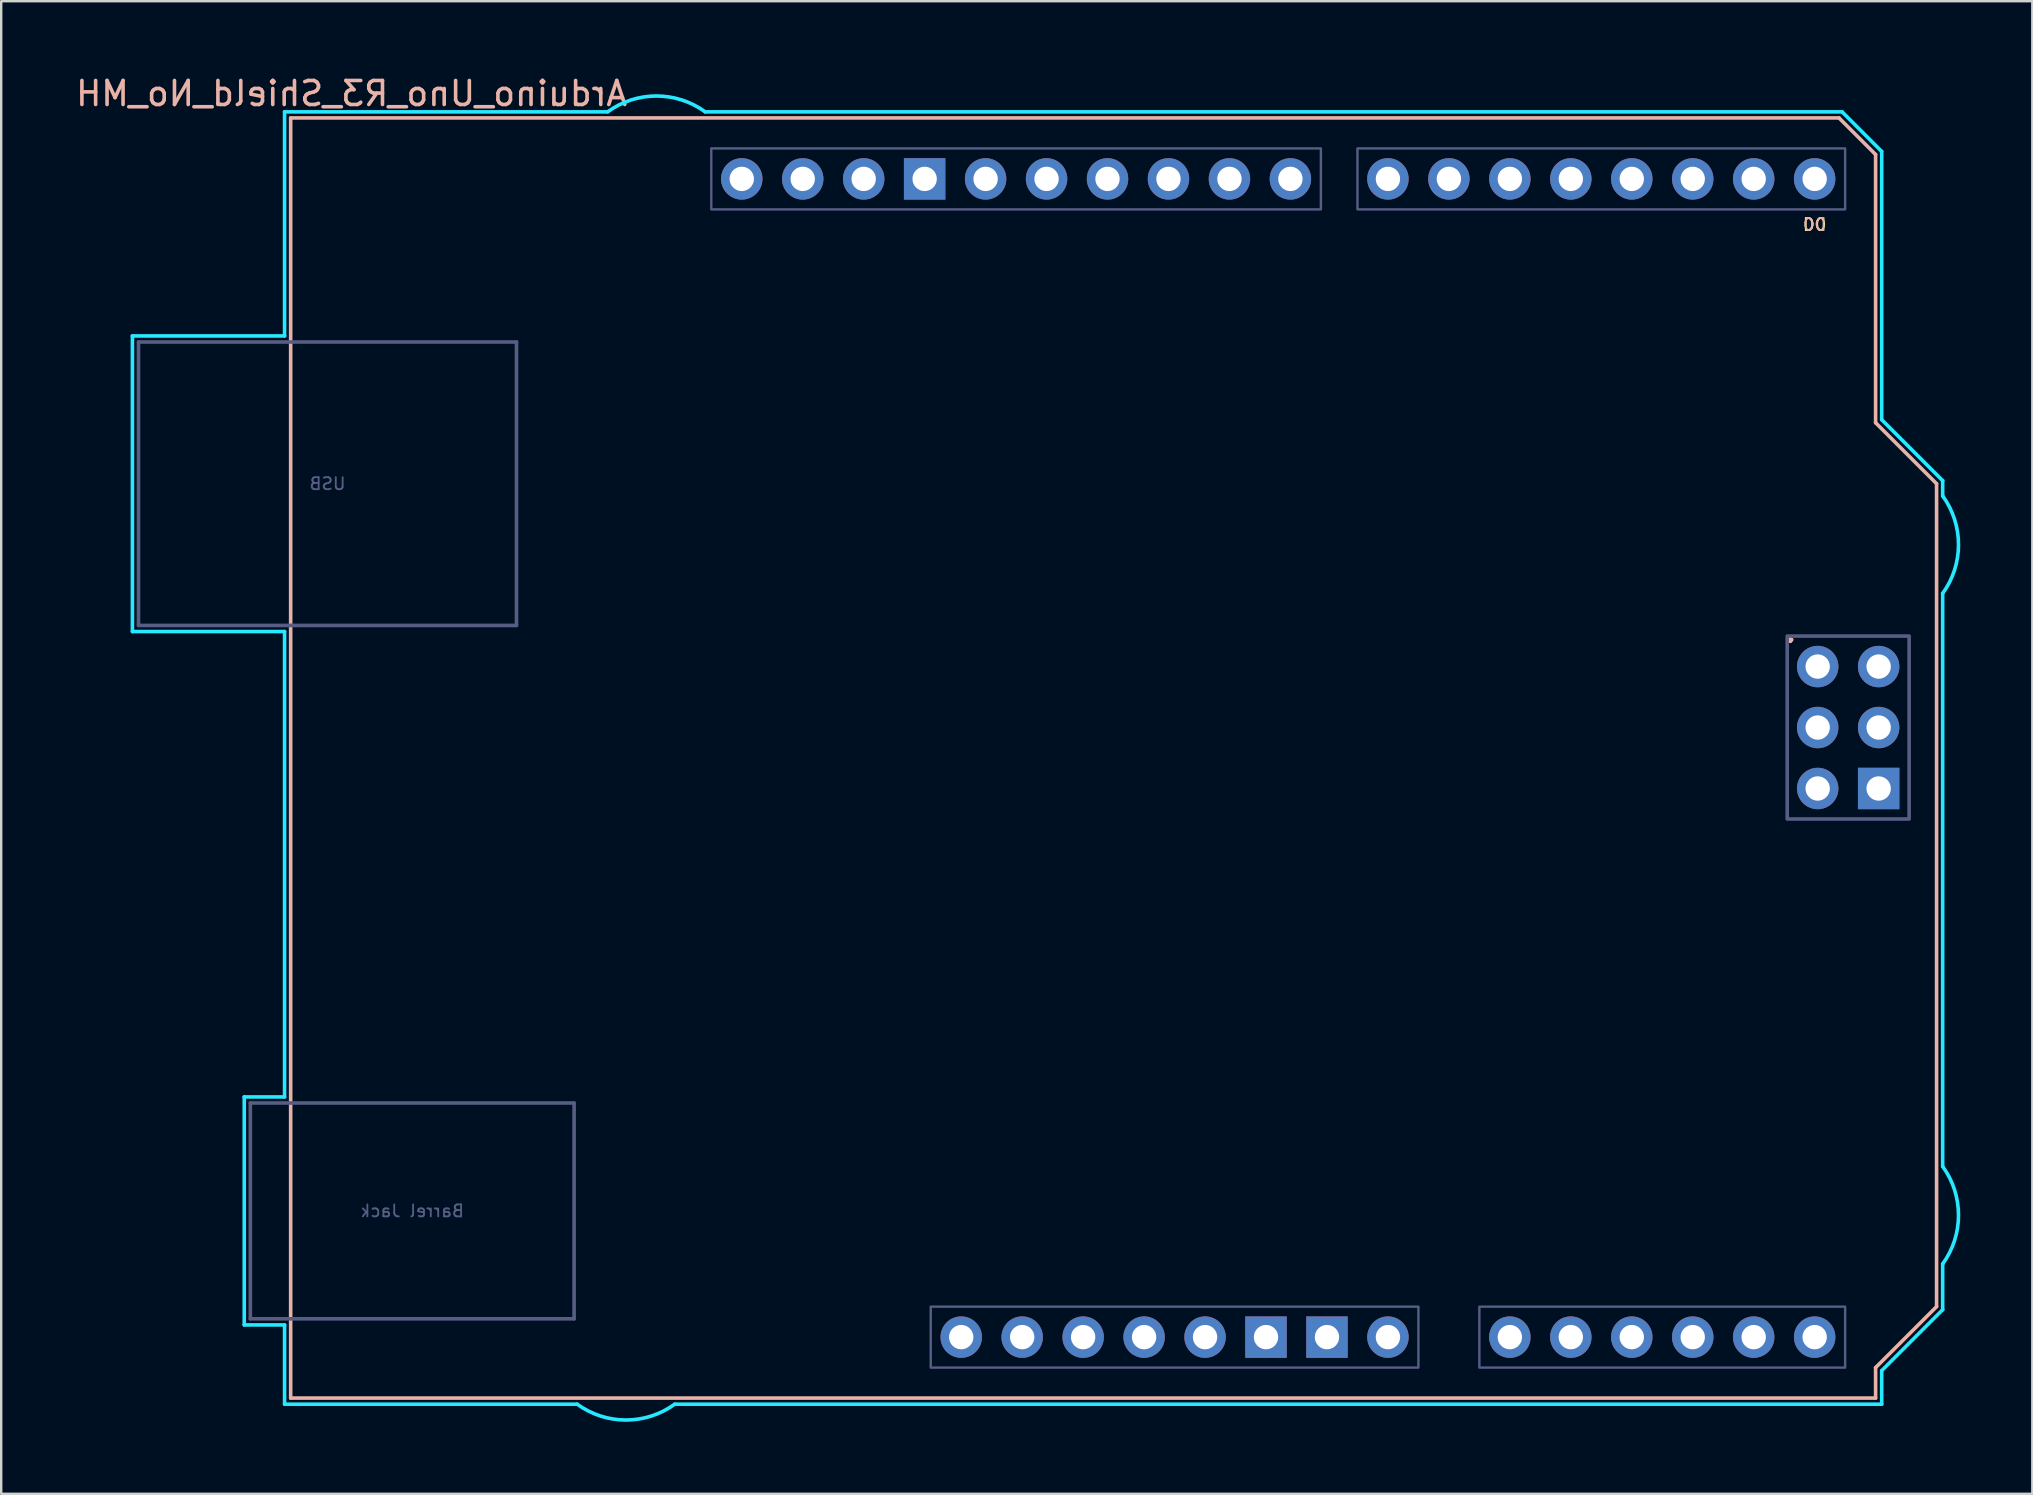
<source format=kicad_pcb>
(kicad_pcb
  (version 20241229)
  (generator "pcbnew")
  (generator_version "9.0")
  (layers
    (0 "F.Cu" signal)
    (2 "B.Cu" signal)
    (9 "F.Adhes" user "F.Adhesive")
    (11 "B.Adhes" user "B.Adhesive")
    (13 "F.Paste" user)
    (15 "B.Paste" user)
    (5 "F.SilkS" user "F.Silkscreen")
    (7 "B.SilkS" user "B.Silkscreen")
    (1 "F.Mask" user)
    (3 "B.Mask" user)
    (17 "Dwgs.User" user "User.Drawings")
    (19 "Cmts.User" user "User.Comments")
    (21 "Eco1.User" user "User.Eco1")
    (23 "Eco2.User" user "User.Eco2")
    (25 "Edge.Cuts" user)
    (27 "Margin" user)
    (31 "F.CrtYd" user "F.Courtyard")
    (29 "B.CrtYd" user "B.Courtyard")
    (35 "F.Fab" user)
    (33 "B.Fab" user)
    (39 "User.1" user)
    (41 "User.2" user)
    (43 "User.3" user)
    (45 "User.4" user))
  (footprint "Arduino_Uno_R3_Shield_No_MH"
    (layer "F.Cu")
    (at 9.061 55.204)
    (property "Reference" "Arduino_Uno_R3_Shield_No_MH" (at 2.54 -54.356 0) (layer "B.SilkS") (effects (font (size 1 1) (thickness 0.15)) (justify mirror)))
    (attr through_hole)
    (fp_line (start 0 -53.34) (end 0 0) (stroke (width 0.15) (type solid)) (layer "B.SilkS"))
    (fp_line (start 0 -53.34) (end 64.516 -53.34) (stroke (width 0.15) (type solid)) (layer "B.SilkS"))
    (fp_line (start 0 0) (end 66.04 0) (stroke (width 0.15) (type solid)) (layer "B.SilkS"))
    (fp_line (start 64.516 -53.34) (end 66.04 -51.816) (stroke (width 0.15) (type solid)) (layer "B.SilkS"))
    (fp_line (start 66.04 -40.64) (end 66.04 -51.816) (stroke (width 0.15) (type solid)) (layer "B.SilkS"))
    (fp_line (start 66.04 -1.27) (end 68.58 -3.81) (stroke (width 0.15) (type solid)) (layer "B.SilkS"))
    (fp_line (start 66.04 0) (end 66.04 -1.27) (stroke (width 0.15) (type solid)) (layer "B.SilkS"))
    (fp_line (start 68.58 -38.1) (end 66.04 -40.64) (stroke (width 0.15) (type solid)) (layer "B.SilkS"))
    (fp_line (start 68.58 -3.81) (end 68.58 -38.1) (stroke (width 0.15) (type solid)) (layer "B.SilkS"))
    (fp_line (start -6.594 -44.258) (end -0.254 -44.258) (stroke (width 0.15) (type solid)) (layer "B.CrtYd"))
    (fp_line (start -6.594 -31.94) (end -6.594 -44.258) (stroke (width 0.15) (type solid)) (layer "B.CrtYd"))
    (fp_line (start -1.934 -12.548) (end -1.934 -3.049) (stroke (width 0.15) (type solid)) (layer "B.CrtYd"))
    (fp_line (start -1.934 -12.548) (end -0.254 -12.548) (stroke (width 0.15) (type solid)) (layer "B.CrtYd"))
    (fp_line (start -1.934 -3.049) (end -0.254 -3.049) (stroke (width 0.15) (type solid)) (layer "B.CrtYd"))
    (fp_line (start -0.254 -53.594) (end -0.254 -44.258) (stroke (width 0.15) (type solid)) (layer "B.CrtYd"))
    (fp_line (start -0.254 -31.94) (end -6.594 -31.94) (stroke (width 0.15) (type solid)) (layer "B.CrtYd"))
    (fp_line (start -0.254 -31.94) (end -0.254 -12.548) (stroke (width 0.15) (type solid)) (layer "B.CrtYd"))
    (fp_line (start -0.254 -3.049) (end -0.254 0.254) (stroke (width 0.15) (type solid)) (layer "B.CrtYd"))
    (fp_line (start 11.938 0.254) (end -0.254 0.254) (stroke (width 0.15) (type solid)) (layer "B.CrtYd"))
    (fp_line (start 13.208 -53.594) (end -0.254 -53.594) (stroke (width 0.15) (type solid)) (layer "B.CrtYd"))
    (fp_line (start 16.002 0.254) (end 66.294 0.254) (stroke (width 0.15) (type solid)) (layer "B.CrtYd"))
    (fp_line (start 17.272 -53.594) (end 64.643 -53.594) (stroke (width 0.15) (type solid)) (layer "B.CrtYd"))
    (fp_line (start 64.643 -53.594) (end 66.294 -51.943) (stroke (width 0.15) (type solid)) (layer "B.CrtYd"))
    (fp_line (start 66.294 -40.767) (end 66.294 -51.943) (stroke (width 0.15) (type solid)) (layer "B.CrtYd"))
    (fp_line (start 66.294 -1.143) (end 68.834 -3.683) (stroke (width 0.15) (type solid)) (layer "B.CrtYd"))
    (fp_line (start 66.294 0.254) (end 66.294 -1.143) (stroke (width 0.15) (type solid)) (layer "B.CrtYd"))
    (fp_line (start 68.834 -38.227) (end 66.294 -40.767) (stroke (width 0.15) (type solid)) (layer "B.CrtYd"))
    (fp_line (start 68.834 -38.227) (end 68.834 -37.592) (stroke (width 0.15) (type solid)) (layer "B.CrtYd"))
    (fp_line (start 68.834 -9.652) (end 68.834 -33.528) (stroke (width 0.15) (type solid)) (layer "B.CrtYd"))
    (fp_line (start 68.834 -5.588) (end 68.834 -3.683) (stroke (width 0.15) (type solid)) (layer "B.CrtYd"))
    (fp_arc (start 13.208 -53.594) (mid 15.24 -54.254237) (end 17.272 -53.594) (stroke (width 0.15) (type solid)) (layer "B.CrtYd"))
    (fp_arc (start 16.002 0.254) (mid 13.97 0.914237) (end 11.938 0.254) (stroke (width 0.15) (type solid)) (layer "B.CrtYd"))
    (fp_arc (start 68.834 -37.592) (mid 69.494238 -35.56) (end 68.834 -33.528) (stroke (width 0.15) (type solid)) (layer "B.CrtYd"))
    (fp_arc (start 68.834 -9.652) (mid 69.494238 -7.62) (end 68.834 -5.588) (stroke (width 0.15) (type solid)) (layer "B.CrtYd"))
    (fp_line (start -6.34 -44.004) (end 9.41 -44.004) (stroke (width 0.15) (type solid)) (layer "B.Fab"))
    (fp_line (start -6.34 -32.194) (end -6.34 -44.004) (stroke (width 0.15) (type solid)) (layer "B.Fab"))
    (fp_line (start -6.34 -32.194) (end 9.41 -32.194) (stroke (width 0.15) (type solid)) (layer "B.Fab"))
    (fp_line (start -1.68 -12.294) (end -1.68 -3.303) (stroke (width 0.15) (type solid)) (layer "B.Fab"))
    (fp_line (start -1.68 -12.294) (end 11.81 -12.294) (stroke (width 0.15) (type solid)) (layer "B.Fab"))
    (fp_line (start -1.68 -3.303) (end 11.81 -3.303) (stroke (width 0.15) (type solid)) (layer "B.Fab"))
    (fp_line (start 9.41 -32.194) (end 9.41 -44.004) (stroke (width 0.15) (type solid)) (layer "B.Fab"))
    (fp_line (start 11.81 -12.294) (end 11.81 -3.303) (stroke (width 0.15) (type solid)) (layer "B.Fab"))
    (fp_rect (start 17.526 -52.07) (end 42.926 -49.53) (stroke (width 0.1) (type solid)) (fill no) (layer "B.Fab"))
    (fp_rect (start 26.67 -3.81) (end 46.99 -1.27) (stroke (width 0.1) (type solid)) (fill no) (layer "B.Fab"))
    (fp_rect (start 44.45 -52.07) (end 64.77 -49.53) (stroke (width 0.1) (type solid)) (fill no) (layer "B.Fab"))
    (fp_rect (start 49.53 -3.81) (end 64.77 -1.27) (stroke (width 0.1) (type solid)) (fill no) (layer "B.Fab"))
    (fp_rect (start 62.357 -31.75) (end 67.437 -24.13) (stroke (width 0.15) (type solid)) (fill no) (layer "B.Fab"))
    (fp_text user "." (at 62.484 -32.004 0) (layer "F.SilkS") (effects (font (size 1 1) (thickness 0.15))))
    (fp_text user "D0" (at 63.5 -48.895 0) (unlocked yes) (layer "F.SilkS") (effects (font (size 0.5 0.5) (thickness 0.075))))
    (fp_text user "." (at 62.484 -32.004 0) (layer "B.SilkS") (effects (font (size 1 1) (thickness 0.15))))
    (fp_text user "D0" (at 63.5 -48.895 0) (unlocked yes) (layer "B.SilkS") (effects (font (size 0.5 0.5) (thickness 0.075)) (justify mirror)))
    (fp_text user "Barrel Jack" (at 5.065 -7.798 0) (layer "B.Fab") (effects (font (size 0.5 0.5) (thickness 0.075)) (justify mirror)))
    (fp_text user "USB" (at 1.535 -38.099 0) (layer "B.Fab") (effects (font (size 0.5 0.5) (thickness 0.075)) (justify mirror)))
    (pad "" thru_hole oval (at 27.94 -2.54) (size 1.727 1.727) (drill 1.016) (layers "*.Cu" "*.Mask"))
    (pad "3V3" thru_hole oval (at 35.56 -2.54) (size 1.727 1.727) (drill 1.016) (layers "*.Cu" "*.Mask"))
    (pad "5V1" thru_hole oval (at 38.1 -2.54) (size 1.727 1.727) (drill 1.016) (layers "*.Cu" "*.Mask"))
    (pad "5V2" thru_hole oval (at 66.167 -30.48) (size 1.727 1.727) (drill 1.016) (layers "*.Cu" "*.Mask"))
    (pad "A0" thru_hole oval (at 50.8 -2.54) (size 1.727 1.727) (drill 1.016) (layers "*.Cu" "*.Mask"))
    (pad "A1" thru_hole oval (at 53.34 -2.54) (size 1.727 1.727) (drill 1.016) (layers "*.Cu" "*.Mask"))
    (pad "A2" thru_hole oval (at 55.88 -2.54) (size 1.727 1.727) (drill 1.016) (layers "*.Cu" "*.Mask"))
    (pad "A3" thru_hole oval (at 58.42 -2.54) (size 1.727 1.727) (drill 1.016) (layers "*.Cu" "*.Mask"))
    (pad "A4" thru_hole oval (at 60.96 -2.54) (size 1.727 1.727) (drill 1.016) (layers "*.Cu" "*.Mask"))
    (pad "A5" thru_hole oval (at 63.5 -2.54) (size 1.727 1.727) (drill 1.016) (layers "*.Cu" "*.Mask"))
    (pad "AREF" thru_hole oval (at 23.876 -50.8) (size 1.727 1.727) (drill 1.016) (layers "*.Cu" "*.Mask"))
    (pad "D0" thru_hole oval (at 63.5 -50.8) (size 1.727 1.727) (drill 1.016) (layers "*.Cu" "*.Mask"))
    (pad "D1" thru_hole oval (at 60.96 -50.8) (size 1.727 1.727) (drill 1.016) (layers "*.Cu" "*.Mask"))
    (pad "D2" thru_hole oval (at 58.42 -50.8) (size 1.727 1.727) (drill 1.016) (layers "*.Cu" "*.Mask"))
    (pad "D3" thru_hole oval (at 55.88 -50.8) (size 1.727 1.727) (drill 1.016) (layers "*.Cu" "*.Mask"))
    (pad "D4" thru_hole oval (at 53.34 -50.8) (size 1.727 1.727) (drill 1.016) (layers "*.Cu" "*.Mask"))
    (pad "D5" thru_hole oval (at 50.8 -50.8) (size 1.727 1.727) (drill 1.016) (layers "*.Cu" "*.Mask"))
    (pad "D6" thru_hole oval (at 48.26 -50.8) (size 1.727 1.727) (drill 1.016) (layers "*.Cu" "*.Mask"))
    (pad "D7" thru_hole oval (at 45.72 -50.8) (size 1.727 1.727) (drill 1.016) (layers "*.Cu" "*.Mask"))
    (pad "D8" thru_hole oval (at 41.656 -50.8) (size 1.727 1.727) (drill 1.016) (layers "*.Cu" "*.Mask"))
    (pad "D9" thru_hole oval (at 39.116 -50.8) (size 1.727 1.727) (drill 1.016) (layers "*.Cu" "*.Mask"))
    (pad "D10" thru_hole oval (at 36.576 -50.8) (size 1.727 1.727) (drill 1.016) (layers "*.Cu" "*.Mask"))
    (pad "D11" thru_hole oval (at 34.036 -50.8) (size 1.727 1.727) (drill 1.016) (layers "*.Cu" "*.Mask"))
    (pad "D12" thru_hole oval (at 31.496 -50.8) (size 1.727 1.727) (drill 1.016) (layers "*.Cu" "*.Mask"))
    (pad "D13" thru_hole oval (at 28.956 -50.8) (size 1.727 1.727) (drill 1.016) (layers "*.Cu" "*.Mask"))
    (pad "GND1" thru_hole rect (at 26.416 -50.8) (size 1.727 1.727) (drill 1.016) (layers "*.Cu" "*.Mask"))
    (pad "GND2" thru_hole rect (at 40.64 -2.54) (size 1.727 1.727) (drill 1.016) (layers "*.Cu" "*.Mask"))
    (pad "GND3" thru_hole rect (at 43.18 -2.54) (size 1.727 1.727) (drill 1.016) (layers "*.Cu" "*.Mask"))
    (pad "GND4" thru_hole rect (at 66.167 -25.4) (size 1.727 1.727) (drill 1.016) (layers "*.Cu" "*.Mask"))
    (pad "IORF" thru_hole oval (at 30.48 -2.54) (size 1.727 1.727) (drill 1.016) (layers "*.Cu" "*.Mask"))
    (pad "MISO" thru_hole oval (at 63.627 -30.48) (size 1.727 1.727) (drill 1.016) (layers "*.Cu" "*.Mask"))
    (pad "MOSI" thru_hole oval (at 66.167 -27.94) (size 1.727 1.727) (drill 1.016) (layers "*.Cu" "*.Mask"))
    (pad "RST1" thru_hole oval (at 33.02 -2.54) (size 1.727 1.727) (drill 1.016) (layers "*.Cu" "*.Mask"))
    (pad "RST2" thru_hole oval (at 63.627 -25.4) (size 1.727 1.727) (drill 1.016) (layers "*.Cu" "*.Mask"))
    (pad "SCK" thru_hole oval (at 63.627 -27.94) (size 1.727 1.727) (drill 1.016) (layers "*.Cu" "*.Mask"))
    (pad "SCL" thru_hole oval (at 18.796 -50.8) (size 1.727 1.727) (drill 1.016) (layers "*.Cu" "*.Mask"))
    (pad "SDA" thru_hole oval (at 21.336 -50.8) (size 1.727 1.727) (drill 1.016) (layers "*.Cu" "*.Mask"))
    (pad "VIN" thru_hole oval (at 45.72 -2.54) (size 1.727 1.727) (drill 1.016) (layers "*.Cu" "*.Mask")))
  (gr_rect
    (start -3 -3)
    (end 81.63 59.193)
    (stroke (width 0.1) (type default))
    (fill no)
    (layer "Edge.Cuts")))
</source>
